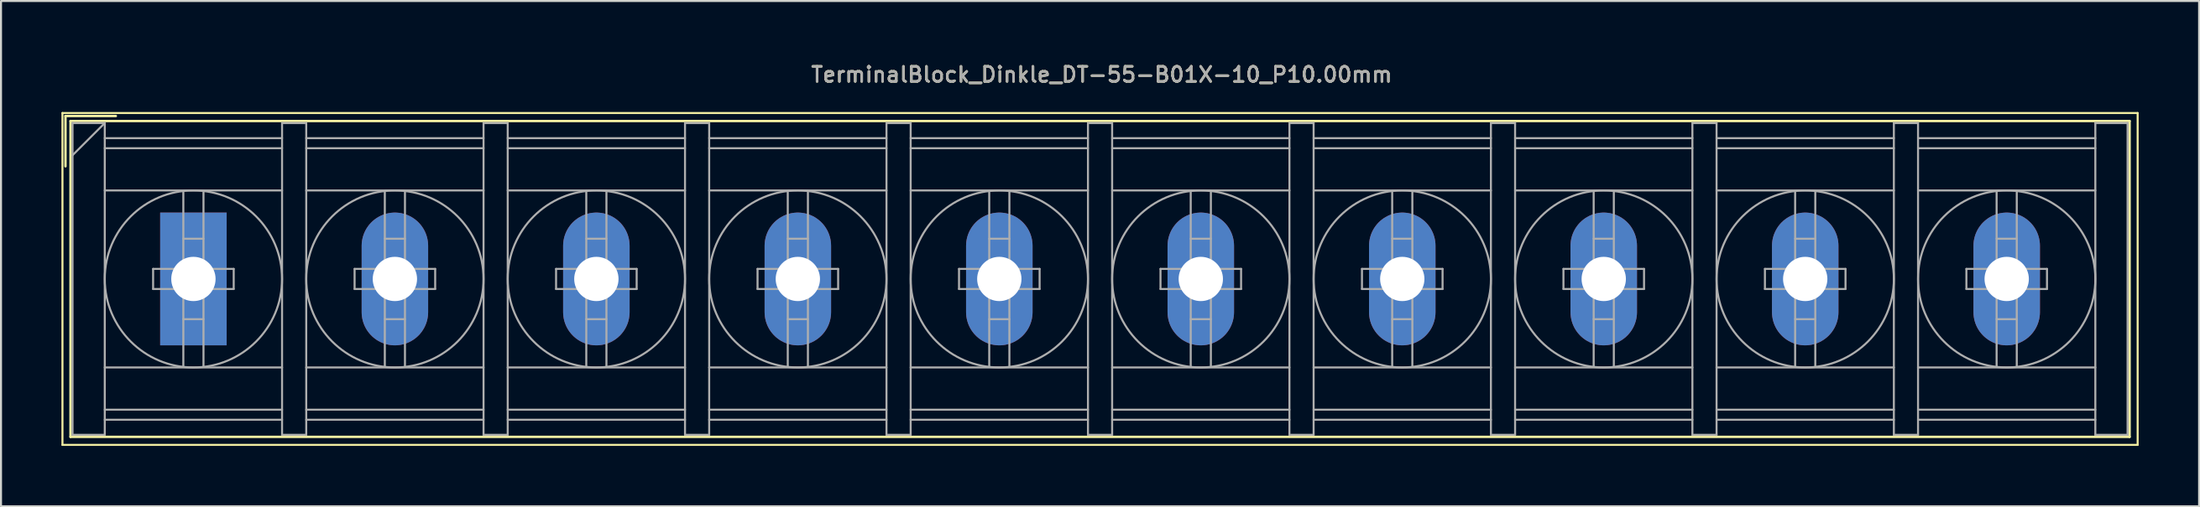
<source format=kicad_pcb>
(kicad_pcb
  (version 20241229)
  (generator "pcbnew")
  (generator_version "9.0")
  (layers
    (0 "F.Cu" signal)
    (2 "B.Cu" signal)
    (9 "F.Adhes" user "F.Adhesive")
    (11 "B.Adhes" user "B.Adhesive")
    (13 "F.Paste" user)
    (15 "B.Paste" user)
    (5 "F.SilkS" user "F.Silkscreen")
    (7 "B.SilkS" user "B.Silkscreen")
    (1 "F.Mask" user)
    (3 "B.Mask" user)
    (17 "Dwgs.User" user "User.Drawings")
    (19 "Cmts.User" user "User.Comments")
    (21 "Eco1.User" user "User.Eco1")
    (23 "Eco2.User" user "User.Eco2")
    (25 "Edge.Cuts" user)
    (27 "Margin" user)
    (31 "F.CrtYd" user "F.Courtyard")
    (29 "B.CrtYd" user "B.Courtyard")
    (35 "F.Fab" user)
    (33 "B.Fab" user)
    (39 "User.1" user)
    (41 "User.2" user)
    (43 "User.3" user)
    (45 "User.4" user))
  (footprint "TerminalBlock_Dinkle_DT-55-B01X-10_P10.00mm"
    (layer "F.Cu")
    (at 6.55 10.818)
    (property "Reference" "TerminalBlock_Dinkle_DT-55-B01X-10_P10.00mm" (at 45.08 -10.16 0) (layer "F.SilkS") (effects (font (size 0.75 0.75) (thickness 0.125))))
    (attr through_hole)
    (fp_line (start -6.5 -8.25) (end 96.5 -8.25) (stroke (width 0.1) (type solid)) (layer "F.SilkS"))
    (fp_line (start -6.5 8.25) (end -6.5 -8.25) (stroke (width 0.1) (type solid)) (layer "F.SilkS"))
    (fp_line (start -6.5 8.25) (end 96.5 8.25) (stroke (width 0.1) (type solid)) (layer "F.SilkS"))
    (fp_line (start -6.35 -8.1) (end -3.85 -8.1) (stroke (width 0.12) (type solid)) (layer "F.SilkS"))
    (fp_line (start -6.35 -5.6) (end -6.35 -8.1) (stroke (width 0.12) (type solid)) (layer "F.SilkS"))
    (fp_line (start -6.1 -7.85) (end 96.1 -7.85) (stroke (width 0.12) (type solid)) (layer "F.SilkS"))
    (fp_line (start -6.1 7.85) (end -6.1 -7.85) (stroke (width 0.12) (type solid)) (layer "F.SilkS"))
    (fp_line (start -6.1 7.85) (end 96.1 7.85) (stroke (width 0.12) (type solid)) (layer "F.SilkS"))
    (fp_line (start 96.1 -7.85) (end 96.1 7.85) (stroke (width 0.12) (type solid)) (layer "F.SilkS"))
    (fp_line (start 96.5 -8.25) (end 96.5 8.25) (stroke (width 0.1) (type solid)) (layer "F.SilkS"))
    (fp_line (start -6 -7.75) (end -6 7.75) (stroke (width 0.1) (type solid)) (layer "F.Fab"))
    (fp_line (start -6 -7.75) (end -4.4 -7.75) (stroke (width 0.1) (type solid)) (layer "F.Fab"))
    (fp_line (start -6 7.75) (end -4.4 7.75) (stroke (width 0.1) (type solid)) (layer "F.Fab"))
    (fp_line (start -4.4 -7.75) (end -6 -6.15) (stroke (width 0.1) (type solid)) (layer "F.Fab"))
    (fp_line (start -4.4 -7.75) (end -4.4 7.75) (stroke (width 0.1) (type solid)) (layer "F.Fab"))
    (fp_line (start -4.4 -7) (end 4.4 -7) (stroke (width 0.1) (type solid)) (layer "F.Fab"))
    (fp_line (start -4.4 -6.5) (end 4.4 -6.5) (stroke (width 0.1) (type solid)) (layer "F.Fab"))
    (fp_line (start -4.4 -4.4) (end 4.4 -4.4) (stroke (width 0.1) (type solid)) (layer "F.Fab"))
    (fp_line (start -4.4 4.4) (end 4.4 4.4) (stroke (width 0.1) (type solid)) (layer "F.Fab"))
    (fp_line (start -4.4 6.5) (end 4.4 6.5) (stroke (width 0.1) (type solid)) (layer "F.Fab"))
    (fp_line (start -4.4 7) (end 4.4 7) (stroke (width 0.1) (type solid)) (layer "F.Fab"))
    (fp_line (start -2 -0.5) (end -2 0.5) (stroke (width 0.1) (type solid)) (layer "F.Fab"))
    (fp_line (start -2 0.5) (end -0.5 0.5) (stroke (width 0.1) (type solid)) (layer "F.Fab"))
    (fp_line (start -0.5 -4.35) (end -0.5 -0.5) (stroke (width 0.1) (type solid)) (layer "F.Fab"))
    (fp_line (start -0.5 -2) (end 0.5 -2) (stroke (width 0.1) (type solid)) (layer "F.Fab"))
    (fp_line (start -0.5 -0.5) (end -2 -0.5) (stroke (width 0.1) (type solid)) (layer "F.Fab"))
    (fp_line (start -0.5 0.5) (end -0.5 4.35) (stroke (width 0.1) (type solid)) (layer "F.Fab"))
    (fp_line (start -0.5 2) (end 0.5 2) (stroke (width 0.1) (type solid)) (layer "F.Fab"))
    (fp_line (start 0.5 -4.35) (end 0.5 -0.5) (stroke (width 0.1) (type solid)) (layer "F.Fab"))
    (fp_line (start 0.5 -0.5) (end 2 -0.5) (stroke (width 0.1) (type solid)) (layer "F.Fab"))
    (fp_line (start 0.5 0.5) (end 0.5 4.35) (stroke (width 0.1) (type solid)) (layer "F.Fab"))
    (fp_line (start 2 -0.5) (end 2 0.5) (stroke (width 0.1) (type solid)) (layer "F.Fab"))
    (fp_line (start 2 0.5) (end 0.5 0.5) (stroke (width 0.1) (type solid)) (layer "F.Fab"))
    (fp_line (start 4.4 -7.75) (end 4.4 7.75) (stroke (width 0.1) (type solid)) (layer "F.Fab"))
    (fp_line (start 4.4 -7.75) (end 5.6 -7.75) (stroke (width 0.1) (type solid)) (layer "F.Fab"))
    (fp_line (start 4.4 7.75) (end 5.6 7.75) (stroke (width 0.1) (type solid)) (layer "F.Fab"))
    (fp_line (start 5.6 -7.75) (end 5.6 7.75) (stroke (width 0.1) (type solid)) (layer "F.Fab"))
    (fp_line (start 5.6 -7) (end 14.4 -7) (stroke (width 0.1) (type solid)) (layer "F.Fab"))
    (fp_line (start 5.6 -6.5) (end 14.4 -6.5) (stroke (width 0.1) (type solid)) (layer "F.Fab"))
    (fp_line (start 5.6 -4.4) (end 14.4 -4.4) (stroke (width 0.1) (type solid)) (layer "F.Fab"))
    (fp_line (start 5.6 4.4) (end 14.4 4.4) (stroke (width 0.1) (type solid)) (layer "F.Fab"))
    (fp_line (start 5.6 6.5) (end 14.4 6.5) (stroke (width 0.1) (type solid)) (layer "F.Fab"))
    (fp_line (start 5.6 7) (end 14.4 7) (stroke (width 0.1) (type solid)) (layer "F.Fab"))
    (fp_line (start 8 -0.5) (end 8 0.5) (stroke (width 0.1) (type solid)) (layer "F.Fab"))
    (fp_line (start 8 0.5) (end 9.5 0.5) (stroke (width 0.1) (type solid)) (layer "F.Fab"))
    (fp_line (start 9.5 -4.35) (end 9.5 -0.5) (stroke (width 0.1) (type solid)) (layer "F.Fab"))
    (fp_line (start 9.5 -2) (end 10.5 -2) (stroke (width 0.1) (type solid)) (layer "F.Fab"))
    (fp_line (start 9.5 -0.5) (end 8 -0.5) (stroke (width 0.1) (type solid)) (layer "F.Fab"))
    (fp_line (start 9.5 0.5) (end 9.5 4.35) (stroke (width 0.1) (type solid)) (layer "F.Fab"))
    (fp_line (start 9.5 2) (end 10.5 2) (stroke (width 0.1) (type solid)) (layer "F.Fab"))
    (fp_line (start 10.5 -4.35) (end 10.5 -0.5) (stroke (width 0.1) (type solid)) (layer "F.Fab"))
    (fp_line (start 10.5 -0.5) (end 12 -0.5) (stroke (width 0.1) (type solid)) (layer "F.Fab"))
    (fp_line (start 10.5 0.5) (end 10.5 4.35) (stroke (width 0.1) (type solid)) (layer "F.Fab"))
    (fp_line (start 12 -0.5) (end 12 0.5) (stroke (width 0.1) (type solid)) (layer "F.Fab"))
    (fp_line (start 12 0.5) (end 10.5 0.5) (stroke (width 0.1) (type solid)) (layer "F.Fab"))
    (fp_line (start 14.4 -7.75) (end 14.4 7.75) (stroke (width 0.1) (type solid)) (layer "F.Fab"))
    (fp_line (start 14.4 -7.75) (end 15.6 -7.75) (stroke (width 0.1) (type solid)) (layer "F.Fab"))
    (fp_line (start 14.4 7.75) (end 15.6 7.75) (stroke (width 0.1) (type solid)) (layer "F.Fab"))
    (fp_line (start 15.6 -7.75) (end 15.6 7.75) (stroke (width 0.1) (type solid)) (layer "F.Fab"))
    (fp_line (start 15.6 -7) (end 24.4 -7) (stroke (width 0.1) (type solid)) (layer "F.Fab"))
    (fp_line (start 15.6 -6.5) (end 24.4 -6.5) (stroke (width 0.1) (type solid)) (layer "F.Fab"))
    (fp_line (start 15.6 -4.4) (end 24.4 -4.4) (stroke (width 0.1) (type solid)) (layer "F.Fab"))
    (fp_line (start 15.6 4.4) (end 24.4 4.4) (stroke (width 0.1) (type solid)) (layer "F.Fab"))
    (fp_line (start 15.6 6.5) (end 24.4 6.5) (stroke (width 0.1) (type solid)) (layer "F.Fab"))
    (fp_line (start 15.6 7) (end 24.4 7) (stroke (width 0.1) (type solid)) (layer "F.Fab"))
    (fp_line (start 18 -0.5) (end 18 0.5) (stroke (width 0.1) (type solid)) (layer "F.Fab"))
    (fp_line (start 18 0.5) (end 19.5 0.5) (stroke (width 0.1) (type solid)) (layer "F.Fab"))
    (fp_line (start 19.5 -4.35) (end 19.5 -0.5) (stroke (width 0.1) (type solid)) (layer "F.Fab"))
    (fp_line (start 19.5 -2) (end 20.5 -2) (stroke (width 0.1) (type solid)) (layer "F.Fab"))
    (fp_line (start 19.5 -0.5) (end 18 -0.5) (stroke (width 0.1) (type solid)) (layer "F.Fab"))
    (fp_line (start 19.5 0.5) (end 19.5 4.35) (stroke (width 0.1) (type solid)) (layer "F.Fab"))
    (fp_line (start 19.5 2) (end 20.5 2) (stroke (width 0.1) (type solid)) (layer "F.Fab"))
    (fp_line (start 20.5 -4.35) (end 20.5 -0.5) (stroke (width 0.1) (type solid)) (layer "F.Fab"))
    (fp_line (start 20.5 -0.5) (end 22 -0.5) (stroke (width 0.1) (type solid)) (layer "F.Fab"))
    (fp_line (start 20.5 0.5) (end 20.5 4.35) (stroke (width 0.1) (type solid)) (layer "F.Fab"))
    (fp_line (start 22 -0.5) (end 22 0.5) (stroke (width 0.1) (type solid)) (layer "F.Fab"))
    (fp_line (start 22 0.5) (end 20.5 0.5) (stroke (width 0.1) (type solid)) (layer "F.Fab"))
    (fp_line (start 24.4 -7.75) (end 24.4 7.75) (stroke (width 0.1) (type solid)) (layer "F.Fab"))
    (fp_line (start 24.4 -7.75) (end 25.6 -7.75) (stroke (width 0.1) (type solid)) (layer "F.Fab"))
    (fp_line (start 24.4 7.75) (end 25.6 7.75) (stroke (width 0.1) (type solid)) (layer "F.Fab"))
    (fp_line (start 25.6 -7.75) (end 25.6 7.75) (stroke (width 0.1) (type solid)) (layer "F.Fab"))
    (fp_line (start 25.6 -7) (end 34.4 -7) (stroke (width 0.1) (type solid)) (layer "F.Fab"))
    (fp_line (start 25.6 -6.5) (end 34.4 -6.5) (stroke (width 0.1) (type solid)) (layer "F.Fab"))
    (fp_line (start 25.6 -4.4) (end 34.4 -4.4) (stroke (width 0.1) (type solid)) (layer "F.Fab"))
    (fp_line (start 25.6 4.4) (end 34.4 4.4) (stroke (width 0.1) (type solid)) (layer "F.Fab"))
    (fp_line (start 25.6 6.5) (end 34.4 6.5) (stroke (width 0.1) (type solid)) (layer "F.Fab"))
    (fp_line (start 25.6 7) (end 34.4 7) (stroke (width 0.1) (type solid)) (layer "F.Fab"))
    (fp_line (start 28 -0.5) (end 28 0.5) (stroke (width 0.1) (type solid)) (layer "F.Fab"))
    (fp_line (start 28 0.5) (end 29.5 0.5) (stroke (width 0.1) (type solid)) (layer "F.Fab"))
    (fp_line (start 29.5 -4.35) (end 29.5 -0.5) (stroke (width 0.1) (type solid)) (layer "F.Fab"))
    (fp_line (start 29.5 -2) (end 30.5 -2) (stroke (width 0.1) (type solid)) (layer "F.Fab"))
    (fp_line (start 29.5 -0.5) (end 28 -0.5) (stroke (width 0.1) (type solid)) (layer "F.Fab"))
    (fp_line (start 29.5 0.5) (end 29.5 4.35) (stroke (width 0.1) (type solid)) (layer "F.Fab"))
    (fp_line (start 29.5 2) (end 30.5 2) (stroke (width 0.1) (type solid)) (layer "F.Fab"))
    (fp_line (start 30.5 -4.35) (end 30.5 -0.5) (stroke (width 0.1) (type solid)) (layer "F.Fab"))
    (fp_line (start 30.5 -0.5) (end 32 -0.5) (stroke (width 0.1) (type solid)) (layer "F.Fab"))
    (fp_line (start 30.5 0.5) (end 30.5 4.35) (stroke (width 0.1) (type solid)) (layer "F.Fab"))
    (fp_line (start 32 -0.5) (end 32 0.5) (stroke (width 0.1) (type solid)) (layer "F.Fab"))
    (fp_line (start 32 0.5) (end 30.5 0.5) (stroke (width 0.1) (type solid)) (layer "F.Fab"))
    (fp_line (start 34.4 -7.75) (end 34.4 7.75) (stroke (width 0.1) (type solid)) (layer "F.Fab"))
    (fp_line (start 34.4 -7.75) (end 35.6 -7.75) (stroke (width 0.1) (type solid)) (layer "F.Fab"))
    (fp_line (start 34.4 7.75) (end 35.6 7.75) (stroke (width 0.1) (type solid)) (layer "F.Fab"))
    (fp_line (start 35.6 -7.75) (end 35.6 7.75) (stroke (width 0.1) (type solid)) (layer "F.Fab"))
    (fp_line (start 35.6 -7) (end 44.4 -7) (stroke (width 0.1) (type solid)) (layer "F.Fab"))
    (fp_line (start 35.6 -6.5) (end 44.4 -6.5) (stroke (width 0.1) (type solid)) (layer "F.Fab"))
    (fp_line (start 35.6 -4.4) (end 44.4 -4.4) (stroke (width 0.1) (type solid)) (layer "F.Fab"))
    (fp_line (start 35.6 4.4) (end 44.4 4.4) (stroke (width 0.1) (type solid)) (layer "F.Fab"))
    (fp_line (start 35.6 6.5) (end 44.4 6.5) (stroke (width 0.1) (type solid)) (layer "F.Fab"))
    (fp_line (start 35.6 7) (end 44.4 7) (stroke (width 0.1) (type solid)) (layer "F.Fab"))
    (fp_line (start 38 -0.5) (end 38 0.5) (stroke (width 0.1) (type solid)) (layer "F.Fab"))
    (fp_line (start 38 0.5) (end 39.5 0.5) (stroke (width 0.1) (type solid)) (layer "F.Fab"))
    (fp_line (start 39.5 -4.35) (end 39.5 -0.5) (stroke (width 0.1) (type solid)) (layer "F.Fab"))
    (fp_line (start 39.5 -2) (end 40.5 -2) (stroke (width 0.1) (type solid)) (layer "F.Fab"))
    (fp_line (start 39.5 -0.5) (end 38 -0.5) (stroke (width 0.1) (type solid)) (layer "F.Fab"))
    (fp_line (start 39.5 0.5) (end 39.5 4.35) (stroke (width 0.1) (type solid)) (layer "F.Fab"))
    (fp_line (start 39.5 2) (end 40.5 2) (stroke (width 0.1) (type solid)) (layer "F.Fab"))
    (fp_line (start 40.5 -4.35) (end 40.5 -0.5) (stroke (width 0.1) (type solid)) (layer "F.Fab"))
    (fp_line (start 40.5 -0.5) (end 42 -0.5) (stroke (width 0.1) (type solid)) (layer "F.Fab"))
    (fp_line (start 40.5 0.5) (end 40.5 4.35) (stroke (width 0.1) (type solid)) (layer "F.Fab"))
    (fp_line (start 42 -0.5) (end 42 0.5) (stroke (width 0.1) (type solid)) (layer "F.Fab"))
    (fp_line (start 42 0.5) (end 40.5 0.5) (stroke (width 0.1) (type solid)) (layer "F.Fab"))
    (fp_line (start 44.4 -7.75) (end 44.4 7.75) (stroke (width 0.1) (type solid)) (layer "F.Fab"))
    (fp_line (start 44.4 -7.75) (end 45.6 -7.75) (stroke (width 0.1) (type solid)) (layer "F.Fab"))
    (fp_line (start 44.4 7.75) (end 45.6 7.75) (stroke (width 0.1) (type solid)) (layer "F.Fab"))
    (fp_line (start 45.6 -7.75) (end 45.6 7.75) (stroke (width 0.1) (type solid)) (layer "F.Fab"))
    (fp_line (start 45.6 -7) (end 54.4 -7) (stroke (width 0.1) (type solid)) (layer "F.Fab"))
    (fp_line (start 45.6 -6.5) (end 54.4 -6.5) (stroke (width 0.1) (type solid)) (layer "F.Fab"))
    (fp_line (start 45.6 -4.4) (end 54.4 -4.4) (stroke (width 0.1) (type solid)) (layer "F.Fab"))
    (fp_line (start 45.6 4.4) (end 54.4 4.4) (stroke (width 0.1) (type solid)) (layer "F.Fab"))
    (fp_line (start 45.6 6.5) (end 54.4 6.5) (stroke (width 0.1) (type solid)) (layer "F.Fab"))
    (fp_line (start 45.6 7) (end 54.4 7) (stroke (width 0.1) (type solid)) (layer "F.Fab"))
    (fp_line (start 48 -0.5) (end 48 0.5) (stroke (width 0.1) (type solid)) (layer "F.Fab"))
    (fp_line (start 48 0.5) (end 49.5 0.5) (stroke (width 0.1) (type solid)) (layer "F.Fab"))
    (fp_line (start 49.5 -4.35) (end 49.5 -0.5) (stroke (width 0.1) (type solid)) (layer "F.Fab"))
    (fp_line (start 49.5 -2) (end 50.5 -2) (stroke (width 0.1) (type solid)) (layer "F.Fab"))
    (fp_line (start 49.5 -0.5) (end 48 -0.5) (stroke (width 0.1) (type solid)) (layer "F.Fab"))
    (fp_line (start 49.5 0.5) (end 49.5 4.35) (stroke (width 0.1) (type solid)) (layer "F.Fab"))
    (fp_line (start 49.5 2) (end 50.5 2) (stroke (width 0.1) (type solid)) (layer "F.Fab"))
    (fp_line (start 50.5 -4.35) (end 50.5 -0.5) (stroke (width 0.1) (type solid)) (layer "F.Fab"))
    (fp_line (start 50.5 -0.5) (end 52 -0.5) (stroke (width 0.1) (type solid)) (layer "F.Fab"))
    (fp_line (start 50.5 0.5) (end 50.5 4.35) (stroke (width 0.1) (type solid)) (layer "F.Fab"))
    (fp_line (start 52 -0.5) (end 52 0.5) (stroke (width 0.1) (type solid)) (layer "F.Fab"))
    (fp_line (start 52 0.5) (end 50.5 0.5) (stroke (width 0.1) (type solid)) (layer "F.Fab"))
    (fp_line (start 54.4 -7.75) (end 54.4 7.75) (stroke (width 0.1) (type solid)) (layer "F.Fab"))
    (fp_line (start 54.4 -7.75) (end 55.6 -7.75) (stroke (width 0.1) (type solid)) (layer "F.Fab"))
    (fp_line (start 54.4 7.75) (end 55.6 7.75) (stroke (width 0.1) (type solid)) (layer "F.Fab"))
    (fp_line (start 55.6 -7.75) (end 55.6 7.75) (stroke (width 0.1) (type solid)) (layer "F.Fab"))
    (fp_line (start 55.6 -7) (end 64.4 -7) (stroke (width 0.1) (type solid)) (layer "F.Fab"))
    (fp_line (start 55.6 -6.5) (end 64.4 -6.5) (stroke (width 0.1) (type solid)) (layer "F.Fab"))
    (fp_line (start 55.6 -4.4) (end 64.4 -4.4) (stroke (width 0.1) (type solid)) (layer "F.Fab"))
    (fp_line (start 55.6 4.4) (end 64.4 4.4) (stroke (width 0.1) (type solid)) (layer "F.Fab"))
    (fp_line (start 55.6 6.5) (end 64.4 6.5) (stroke (width 0.1) (type solid)) (layer "F.Fab"))
    (fp_line (start 55.6 7) (end 64.4 7) (stroke (width 0.1) (type solid)) (layer "F.Fab"))
    (fp_line (start 58 -0.5) (end 58 0.5) (stroke (width 0.1) (type solid)) (layer "F.Fab"))
    (fp_line (start 58 0.5) (end 59.5 0.5) (stroke (width 0.1) (type solid)) (layer "F.Fab"))
    (fp_line (start 59.5 -4.35) (end 59.5 -0.5) (stroke (width 0.1) (type solid)) (layer "F.Fab"))
    (fp_line (start 59.5 -2) (end 60.5 -2) (stroke (width 0.1) (type solid)) (layer "F.Fab"))
    (fp_line (start 59.5 -0.5) (end 58 -0.5) (stroke (width 0.1) (type solid)) (layer "F.Fab"))
    (fp_line (start 59.5 0.5) (end 59.5 4.35) (stroke (width 0.1) (type solid)) (layer "F.Fab"))
    (fp_line (start 59.5 2) (end 60.5 2) (stroke (width 0.1) (type solid)) (layer "F.Fab"))
    (fp_line (start 60.5 -4.35) (end 60.5 -0.5) (stroke (width 0.1) (type solid)) (layer "F.Fab"))
    (fp_line (start 60.5 -0.5) (end 62 -0.5) (stroke (width 0.1) (type solid)) (layer "F.Fab"))
    (fp_line (start 60.5 0.5) (end 60.5 4.35) (stroke (width 0.1) (type solid)) (layer "F.Fab"))
    (fp_line (start 62 -0.5) (end 62 0.5) (stroke (width 0.1) (type solid)) (layer "F.Fab"))
    (fp_line (start 62 0.5) (end 60.5 0.5) (stroke (width 0.1) (type solid)) (layer "F.Fab"))
    (fp_line (start 64.4 -7.75) (end 64.4 7.75) (stroke (width 0.1) (type solid)) (layer "F.Fab"))
    (fp_line (start 64.4 -7.75) (end 65.6 -7.75) (stroke (width 0.1) (type solid)) (layer "F.Fab"))
    (fp_line (start 64.4 7.75) (end 65.6 7.75) (stroke (width 0.1) (type solid)) (layer "F.Fab"))
    (fp_line (start 65.6 -7.75) (end 65.6 7.75) (stroke (width 0.1) (type solid)) (layer "F.Fab"))
    (fp_line (start 65.6 -7) (end 74.4 -7) (stroke (width 0.1) (type solid)) (layer "F.Fab"))
    (fp_line (start 65.6 -6.5) (end 74.4 -6.5) (stroke (width 0.1) (type solid)) (layer "F.Fab"))
    (fp_line (start 65.6 -4.4) (end 74.4 -4.4) (stroke (width 0.1) (type solid)) (layer "F.Fab"))
    (fp_line (start 65.6 4.4) (end 74.4 4.4) (stroke (width 0.1) (type solid)) (layer "F.Fab"))
    (fp_line (start 65.6 6.5) (end 74.4 6.5) (stroke (width 0.1) (type solid)) (layer "F.Fab"))
    (fp_line (start 65.6 7) (end 74.4 7) (stroke (width 0.1) (type solid)) (layer "F.Fab"))
    (fp_line (start 68 -0.5) (end 68 0.5) (stroke (width 0.1) (type solid)) (layer "F.Fab"))
    (fp_line (start 68 0.5) (end 69.5 0.5) (stroke (width 0.1) (type solid)) (layer "F.Fab"))
    (fp_line (start 69.5 -4.35) (end 69.5 -0.5) (stroke (width 0.1) (type solid)) (layer "F.Fab"))
    (fp_line (start 69.5 -2) (end 70.5 -2) (stroke (width 0.1) (type solid)) (layer "F.Fab"))
    (fp_line (start 69.5 -0.5) (end 68 -0.5) (stroke (width 0.1) (type solid)) (layer "F.Fab"))
    (fp_line (start 69.5 0.5) (end 69.5 4.35) (stroke (width 0.1) (type solid)) (layer "F.Fab"))
    (fp_line (start 69.5 2) (end 70.5 2) (stroke (width 0.1) (type solid)) (layer "F.Fab"))
    (fp_line (start 70.5 -4.35) (end 70.5 -0.5) (stroke (width 0.1) (type solid)) (layer "F.Fab"))
    (fp_line (start 70.5 -0.5) (end 72 -0.5) (stroke (width 0.1) (type solid)) (layer "F.Fab"))
    (fp_line (start 70.5 0.5) (end 70.5 4.35) (stroke (width 0.1) (type solid)) (layer "F.Fab"))
    (fp_line (start 72 -0.5) (end 72 0.5) (stroke (width 0.1) (type solid)) (layer "F.Fab"))
    (fp_line (start 72 0.5) (end 70.5 0.5) (stroke (width 0.1) (type solid)) (layer "F.Fab"))
    (fp_line (start 74.4 -7.75) (end 74.4 7.75) (stroke (width 0.1) (type solid)) (layer "F.Fab"))
    (fp_line (start 74.4 -7.75) (end 75.6 -7.75) (stroke (width 0.1) (type solid)) (layer "F.Fab"))
    (fp_line (start 74.4 7.75) (end 75.6 7.75) (stroke (width 0.1) (type solid)) (layer "F.Fab"))
    (fp_line (start 75.6 -7.75) (end 75.6 7.75) (stroke (width 0.1) (type solid)) (layer "F.Fab"))
    (fp_line (start 75.6 -7) (end 84.4 -7) (stroke (width 0.1) (type solid)) (layer "F.Fab"))
    (fp_line (start 75.6 -6.5) (end 84.4 -6.5) (stroke (width 0.1) (type solid)) (layer "F.Fab"))
    (fp_line (start 75.6 -4.4) (end 84.4 -4.4) (stroke (width 0.1) (type solid)) (layer "F.Fab"))
    (fp_line (start 75.6 4.4) (end 84.4 4.4) (stroke (width 0.1) (type solid)) (layer "F.Fab"))
    (fp_line (start 75.6 6.5) (end 84.4 6.5) (stroke (width 0.1) (type solid)) (layer "F.Fab"))
    (fp_line (start 75.6 7) (end 84.4 7) (stroke (width 0.1) (type solid)) (layer "F.Fab"))
    (fp_line (start 78 -0.5) (end 78 0.5) (stroke (width 0.1) (type solid)) (layer "F.Fab"))
    (fp_line (start 78 0.5) (end 79.5 0.5) (stroke (width 0.1) (type solid)) (layer "F.Fab"))
    (fp_line (start 79.5 -4.35) (end 79.5 -0.5) (stroke (width 0.1) (type solid)) (layer "F.Fab"))
    (fp_line (start 79.5 -2) (end 80.5 -2) (stroke (width 0.1) (type solid)) (layer "F.Fab"))
    (fp_line (start 79.5 -0.5) (end 78 -0.5) (stroke (width 0.1) (type solid)) (layer "F.Fab"))
    (fp_line (start 79.5 0.5) (end 79.5 4.35) (stroke (width 0.1) (type solid)) (layer "F.Fab"))
    (fp_line (start 79.5 2) (end 80.5 2) (stroke (width 0.1) (type solid)) (layer "F.Fab"))
    (fp_line (start 80.5 -4.35) (end 80.5 -0.5) (stroke (width 0.1) (type solid)) (layer "F.Fab"))
    (fp_line (start 80.5 -0.5) (end 82 -0.5) (stroke (width 0.1) (type solid)) (layer "F.Fab"))
    (fp_line (start 80.5 0.5) (end 80.5 4.35) (stroke (width 0.1) (type solid)) (layer "F.Fab"))
    (fp_line (start 82 -0.5) (end 82 0.5) (stroke (width 0.1) (type solid)) (layer "F.Fab"))
    (fp_line (start 82 0.5) (end 80.5 0.5) (stroke (width 0.1) (type solid)) (layer "F.Fab"))
    (fp_line (start 84.4 -7.75) (end 84.4 7.75) (stroke (width 0.1) (type solid)) (layer "F.Fab"))
    (fp_line (start 84.4 -7.75) (end 85.6 -7.75) (stroke (width 0.1) (type solid)) (layer "F.Fab"))
    (fp_line (start 84.4 7.75) (end 85.6 7.75) (stroke (width 0.1) (type solid)) (layer "F.Fab"))
    (fp_line (start 85.6 -7.75) (end 85.6 7.75) (stroke (width 0.1) (type solid)) (layer "F.Fab"))
    (fp_line (start 85.6 -7) (end 94.4 -7) (stroke (width 0.1) (type solid)) (layer "F.Fab"))
    (fp_line (start 85.6 -6.5) (end 94.4 -6.5) (stroke (width 0.1) (type solid)) (layer "F.Fab"))
    (fp_line (start 85.6 -4.4) (end 94.4 -4.4) (stroke (width 0.1) (type solid)) (layer "F.Fab"))
    (fp_line (start 85.6 4.4) (end 94.4 4.4) (stroke (width 0.1) (type solid)) (layer "F.Fab"))
    (fp_line (start 85.6 6.5) (end 94.4 6.5) (stroke (width 0.1) (type solid)) (layer "F.Fab"))
    (fp_line (start 85.6 7) (end 94.4 7) (stroke (width 0.1) (type solid)) (layer "F.Fab"))
    (fp_line (start 88 -0.5) (end 88 0.5) (stroke (width 0.1) (type solid)) (layer "F.Fab"))
    (fp_line (start 88 0.5) (end 89.5 0.5) (stroke (width 0.1) (type solid)) (layer "F.Fab"))
    (fp_line (start 89.5 -4.35) (end 89.5 -0.5) (stroke (width 0.1) (type solid)) (layer "F.Fab"))
    (fp_line (start 89.5 -2) (end 90.5 -2) (stroke (width 0.1) (type solid)) (layer "F.Fab"))
    (fp_line (start 89.5 -0.5) (end 88 -0.5) (stroke (width 0.1) (type solid)) (layer "F.Fab"))
    (fp_line (start 89.5 0.5) (end 89.5 4.35) (stroke (width 0.1) (type solid)) (layer "F.Fab"))
    (fp_line (start 89.5 2) (end 90.5 2) (stroke (width 0.1) (type solid)) (layer "F.Fab"))
    (fp_line (start 90.5 -4.35) (end 90.5 -0.5) (stroke (width 0.1) (type solid)) (layer "F.Fab"))
    (fp_line (start 90.5 -0.5) (end 92 -0.5) (stroke (width 0.1) (type solid)) (layer "F.Fab"))
    (fp_line (start 90.5 0.5) (end 90.5 4.35) (stroke (width 0.1) (type solid)) (layer "F.Fab"))
    (fp_line (start 92 -0.5) (end 92 0.5) (stroke (width 0.1) (type solid)) (layer "F.Fab"))
    (fp_line (start 92 0.5) (end 90.5 0.5) (stroke (width 0.1) (type solid)) (layer "F.Fab"))
    (fp_line (start 94.4 -7.75) (end 94.4 7.75) (stroke (width 0.1) (type solid)) (layer "F.Fab"))
    (fp_line (start 94.4 -7.75) (end 96 -7.75) (stroke (width 0.1) (type solid)) (layer "F.Fab"))
    (fp_line (start 94.4 7.75) (end 96 7.75) (stroke (width 0.1) (type solid)) (layer "F.Fab"))
    (fp_line (start 96 -7.75) (end 96 7.75) (stroke (width 0.1) (type solid)) (layer "F.Fab"))
    (fp_circle (center 0 0) (end 0.5 0.5) (stroke (width 0.1) (type solid)) (fill no) (layer "F.Fab"))
    (fp_circle (center 0 0) (end 4.4 0) (stroke (width 0.1) (type solid)) (fill no) (layer "F.Fab"))
    (fp_circle (center 10 0) (end 10.5 0.5) (stroke (width 0.1) (type solid)) (fill no) (layer "F.Fab"))
    (fp_circle (center 10 0) (end 14.4 0) (stroke (width 0.1) (type solid)) (fill no) (layer "F.Fab"))
    (fp_circle (center 20 0) (end 20.5 0.5) (stroke (width 0.1) (type solid)) (fill no) (layer "F.Fab"))
    (fp_circle (center 20 0) (end 24.4 0) (stroke (width 0.1) (type solid)) (fill no) (layer "F.Fab"))
    (fp_circle (center 30 0) (end 30.5 0.5) (stroke (width 0.1) (type solid)) (fill no) (layer "F.Fab"))
    (fp_circle (center 30 0) (end 34.4 0) (stroke (width 0.1) (type solid)) (fill no) (layer "F.Fab"))
    (fp_circle (center 40 0) (end 40.5 0.5) (stroke (width 0.1) (type solid)) (fill no) (layer "F.Fab"))
    (fp_circle (center 40 0) (end 44.4 0) (stroke (width 0.1) (type solid)) (fill no) (layer "F.Fab"))
    (fp_circle (center 50 0) (end 50.5 0.5) (stroke (width 0.1) (type solid)) (fill no) (layer "F.Fab"))
    (fp_circle (center 50 0) (end 54.4 0) (stroke (width 0.1) (type solid)) (fill no) (layer "F.Fab"))
    (fp_circle (center 60 0) (end 60.5 0.5) (stroke (width 0.1) (type solid)) (fill no) (layer "F.Fab"))
    (fp_circle (center 60 0) (end 64.4 0) (stroke (width 0.1) (type solid)) (fill no) (layer "F.Fab"))
    (fp_circle (center 70 0) (end 70.5 0.5) (stroke (width 0.1) (type solid)) (fill no) (layer "F.Fab"))
    (fp_circle (center 70 0) (end 74.4 0) (stroke (width 0.1) (type solid)) (fill no) (layer "F.Fab"))
    (fp_circle (center 80 0) (end 80.5 0.5) (stroke (width 0.1) (type solid)) (fill no) (layer "F.Fab"))
    (fp_circle (center 80 0) (end 84.4 0) (stroke (width 0.1) (type solid)) (fill no) (layer "F.Fab"))
    (fp_circle (center 90 0) (end 90.5 0.5) (stroke (width 0.1) (type solid)) (fill no) (layer "F.Fab"))
    (fp_circle (center 90 0) (end 94.4 0) (stroke (width 0.1) (type solid)) (fill no) (layer "F.Fab"))
    (fp_text user "${REFERENCE}" (at 45.08 -10.16 0) (layer "F.Fab") (effects (font (size 0.75 0.75) (thickness 0.125))))
    (pad "1" thru_hole rect (at 0 0) (size 3.3 6.6) (drill 2.2) (layers "*.Cu" "*.Mask"))
    (pad "2" thru_hole oval (at 10 0) (size 3.3 6.6) (drill 2.2) (layers "*.Cu" "*.Mask"))
    (pad "3" thru_hole oval (at 20 0) (size 3.3 6.6) (drill 2.2) (layers "*.Cu" "*.Mask"))
    (pad "4" thru_hole oval (at 30 0) (size 3.3 6.6) (drill 2.2) (layers "*.Cu" "*.Mask"))
    (pad "5" thru_hole oval (at 40 0) (size 3.3 6.6) (drill 2.2) (layers "*.Cu" "*.Mask"))
    (pad "6" thru_hole oval (at 50 0) (size 3.3 6.6) (drill 2.2) (layers "*.Cu" "*.Mask"))
    (pad "7" thru_hole oval (at 60 0) (size 3.3 6.6) (drill 2.2) (layers "*.Cu" "*.Mask"))
    (pad "8" thru_hole oval (at 70 0) (size 3.3 6.6) (drill 2.2) (layers "*.Cu" "*.Mask"))
    (pad "9" thru_hole oval (at 80 0) (size 3.3 6.6) (drill 2.2) (layers "*.Cu" "*.Mask"))
    (pad "10" thru_hole oval (at 90 0) (size 3.3 6.6) (drill 2.2) (layers "*.Cu" "*.Mask")))
  (gr_rect
    (start -3 -3)
    (end 106.1 22.118)
    (stroke (width 0.1) (type default))
    (fill no)
    (layer "Edge.Cuts")))
</source>
